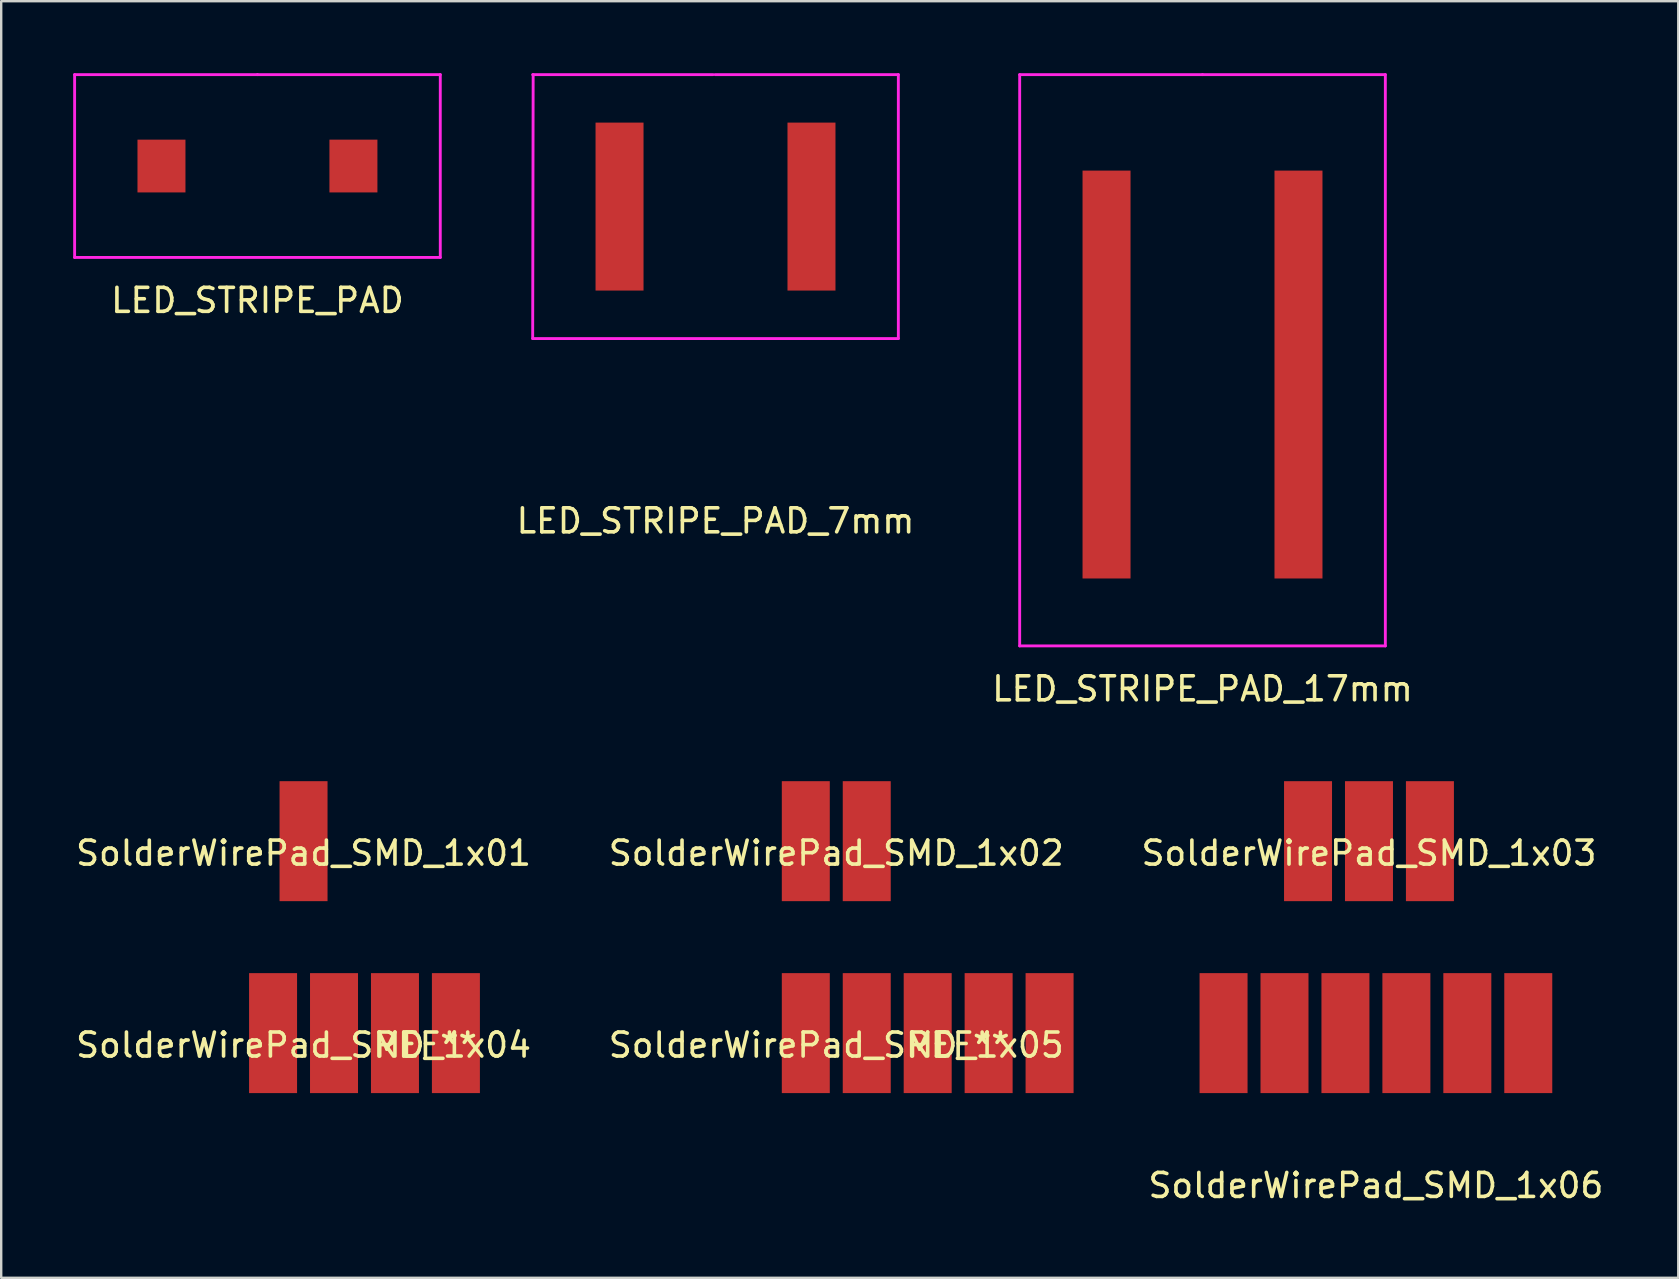
<source format=kicad_pcb>
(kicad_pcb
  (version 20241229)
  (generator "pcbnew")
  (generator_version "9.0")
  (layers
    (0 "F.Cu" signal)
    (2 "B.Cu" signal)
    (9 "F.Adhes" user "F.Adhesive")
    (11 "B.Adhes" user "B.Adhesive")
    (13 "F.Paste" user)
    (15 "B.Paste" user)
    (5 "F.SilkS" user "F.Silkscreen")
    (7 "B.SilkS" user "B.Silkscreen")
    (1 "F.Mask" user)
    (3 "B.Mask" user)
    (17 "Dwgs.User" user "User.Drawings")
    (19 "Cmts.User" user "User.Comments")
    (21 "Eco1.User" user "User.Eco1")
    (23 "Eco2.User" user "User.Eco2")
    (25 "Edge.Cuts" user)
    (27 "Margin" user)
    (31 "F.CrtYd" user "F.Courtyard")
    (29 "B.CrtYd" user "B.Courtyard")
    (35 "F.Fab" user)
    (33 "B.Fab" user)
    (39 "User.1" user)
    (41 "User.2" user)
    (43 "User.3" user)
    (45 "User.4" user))
  (footprint "LED_STRIPE_PAD_17mm"
    (layer "F.Cu")
    (at 47.068 20.06)
    (property "Reference" "LED_STRIPE_PAD_17mm" (at 0 5.6 0) (layer "F.SilkS") (effects (font (size 1 1) (thickness 0.15))))
    (attr smd)
    (fp_line (start -7.62 -20) (end -7.62 3.81) (stroke (width 0.12) (type solid)) (layer "F.CrtYd"))
    (fp_line (start -7.62 3.81) (end 7.62 3.81) (stroke (width 0.12) (type solid)) (layer "F.CrtYd"))
    (fp_line (start 0 -20) (end -7.62 -20) (stroke (width 0.12) (type solid)) (layer "F.CrtYd"))
    (fp_line (start 7.62 -20) (end 0 -20) (stroke (width 0.12) (type solid)) (layer "F.CrtYd"))
    (fp_line (start 7.62 3.81) (end 7.62 -20) (stroke (width 0.12) (type solid)) (layer "F.CrtYd"))
    (pad "1" smd rect (at -4 -7.5 180) (size 2 17) (layers "F.Cu" "F.Mask" "F.Paste"))
    (pad "2" smd rect (at 4 -7.5 180) (size 2 17) (layers "F.Cu" "F.Mask" "F.Paste")))
  (footprint "SolderWirePad_SMD_1x04"
    (layer "F.Cu")
    (at 12.141 40.008)
    (property "Reference" "SolderWirePad_SMD_1x04" (at -2.54 0.5 0) (layer "F.SilkS") (effects (font (size 1 1) (thickness 0.15))))
    (attr through_hole)
    (fp_text user "REF**" (at 2.54 0.5 0) (layer "F.SilkS") (effects (font (size 1 1) (thickness 0.15))))
    (pad "1" smd rect (at -3.81 0) (size 2 5) (layers "F.Cu" "F.Mask" "F.Paste"))
    (pad "2" smd rect (at -1.27 0) (size 2 5) (layers "F.Cu" "F.Mask" "F.Paste"))
    (pad "3" smd rect (at 1.27 0) (size 2 5) (layers "F.Cu" "F.Mask" "F.Paste"))
    (pad "4" smd rect (at 3.81 0) (size 2 5) (layers "F.Cu" "F.Mask" "F.Paste")))
  (footprint "SolderWirePad_SMD_1x01"
    (layer "F.Cu")
    (at 9.601 32.008)
    (property "Reference" "SolderWirePad_SMD_1x01" (at 0 0.5 0) (layer "F.SilkS") (effects (font (size 1 1) (thickness 0.15))))
    (attr through_hole)
    (pad "1" smd rect (at 0 0) (size 2 5) (layers "F.Cu" "F.Mask" "F.Paste")))
  (footprint "SolderWirePad_SMD_1x02"
    (layer "F.Cu")
    (at 31.804 32.008)
    (property "Reference" "SolderWirePad_SMD_1x02" (at 0 0.5 0) (layer "F.SilkS") (effects (font (size 1 1) (thickness 0.15))))
    (attr through_hole)
    (pad "1" smd rect (at -1.27 0) (size 2 5) (layers "F.Cu" "F.Mask" "F.Paste"))
    (pad "2" smd rect (at 1.27 0) (size 2 5) (layers "F.Cu" "F.Mask" "F.Paste")))
  (footprint "LED_STRIPE_PAD"
    (layer "F.Cu")
    (at 7.68 3.87)
    (property "Reference" "LED_STRIPE_PAD" (at 0 5.6 0) (layer "F.SilkS") (effects (font (size 1 1) (thickness 0.15))))
    (attr smd)
    (fp_line (start -7.62 -3.81) (end -7.62 3.81) (stroke (width 0.12) (type solid)) (layer "F.CrtYd"))
    (fp_line (start -7.62 3.81) (end 7.62 3.81) (stroke (width 0.12) (type solid)) (layer "F.CrtYd"))
    (fp_line (start 0 -3.81) (end -7.62 -3.81) (stroke (width 0.12) (type solid)) (layer "F.CrtYd"))
    (fp_line (start 7.62 -3.81) (end 0 -3.81) (stroke (width 0.12) (type solid)) (layer "F.CrtYd"))
    (fp_line (start 7.62 3.81) (end 7.62 -3.81) (stroke (width 0.12) (type solid)) (layer "F.CrtYd"))
    (pad "1" smd rect (at -4 0 180) (size 2 2.2) (layers "F.Cu" "F.Mask" "F.Paste"))
    (pad "2" smd rect (at 4 0 180) (size 2 2.2) (layers "F.Cu" "F.Mask" "F.Paste")))
  (footprint "SolderWirePad_SMD_1x06"
    (layer "F.Cu")
    (at 54.295 40.008)
    (property "Reference" "SolderWirePad_SMD_1x06" (at 0 6.35 0) (layer "F.SilkS") (effects (font (size 1 1) (thickness 0.15))))
    (attr through_hole)
    (pad "1" smd rect (at -6.35 0) (size 2 5) (layers "F.Cu" "F.Mask" "F.Paste"))
    (pad "2" smd rect (at -3.81 0) (size 2 5) (layers "F.Cu" "F.Mask" "F.Paste"))
    (pad "3" smd rect (at -1.27 0) (size 2 5) (layers "F.Cu" "F.Mask" "F.Paste"))
    (pad "4" smd rect (at 1.27 0) (size 2 5) (layers "F.Cu" "F.Mask" "F.Paste"))
    (pad "5" smd rect (at 3.81 0) (size 2 5) (layers "F.Cu" "F.Mask" "F.Paste"))
    (pad "6" smd rect (at 6.35 0) (size 2 5) (layers "F.Cu" "F.Mask" "F.Paste")))
  (footprint "LED_STRIPE_PAD_7mm"
    (layer "F.Cu")
    (at 26.771 13.06)
    (property "Reference" "LED_STRIPE_PAD_7mm" (at 0 5.6 0) (layer "F.SilkS") (effects (font (size 1 1) (thickness 0.15))))
    (attr smd)
    (fp_line (start -7.62 -2) (end 7.62 -2) (stroke (width 0.12) (type solid)) (layer "F.CrtYd"))
    (fp_line (start -7.6 -13) (end -7.62 -2) (stroke (width 0.12) (type solid)) (layer "F.CrtYd"))
    (fp_line (start -0.1 -13) (end -7.62 -13) (stroke (width 0.12) (type solid)) (layer "F.CrtYd"))
    (fp_line (start 7.62 -13) (end -0.02 -13) (stroke (width 0.12) (type solid)) (layer "F.CrtYd"))
    (fp_line (start 7.62 -2) (end 7.62 -13) (stroke (width 0.12) (type solid)) (layer "F.CrtYd"))
    (pad "1" smd rect (at -4 -7.5 180) (size 2 7) (layers "F.Cu" "F.Mask" "F.Paste"))
    (pad "2" smd rect (at 4 -7.5 180) (size 2 7) (layers "F.Cu" "F.Mask" "F.Paste")))
  (footprint "SolderWirePad_SMD_1x03"
    (layer "F.Cu")
    (at 54.006 32.008)
    (property "Reference" "SolderWirePad_SMD_1x03" (at 0 0.5 0) (layer "F.SilkS") (effects (font (size 1 1) (thickness 0.15))))
    (attr through_hole)
    (pad "1" smd rect (at -2.54 0) (size 2 5) (layers "F.Cu" "F.Mask" "F.Paste"))
    (pad "2" smd rect (at 0 0) (size 2 5) (layers "F.Cu" "F.Mask" "F.Paste"))
    (pad "3" smd rect (at 2.54 0) (size 2 5) (layers "F.Cu" "F.Mask" "F.Paste")))
  (footprint "SolderWirePad_SMD_1x05"
    (layer "F.Cu")
    (at 36.884 40.008)
    (property "Reference" "SolderWirePad_SMD_1x05" (at -5.08 0.5 0) (layer "F.SilkS") (effects (font (size 1 1) (thickness 0.15))))
    (attr through_hole)
    (fp_text user "REF**" (at 0 0.5 0) (layer "F.SilkS") (effects (font (size 1 1) (thickness 0.15))))
    (pad "1" smd rect (at -6.35 0) (size 2 5) (layers "F.Cu" "F.Mask" "F.Paste"))
    (pad "2" smd rect (at -3.81 0) (size 2 5) (layers "F.Cu" "F.Mask" "F.Paste"))
    (pad "3" smd rect (at -1.27 0) (size 2 5) (layers "F.Cu" "F.Mask" "F.Paste"))
    (pad "4" smd rect (at 1.27 0) (size 2 5) (layers "F.Cu" "F.Mask" "F.Paste"))
    (pad "5" smd rect (at 3.81 0) (size 2 5) (layers "F.Cu" "F.Mask" "F.Paste")))
  (gr_rect
    (start -3 -3)
    (end 66.896 50.206)
    (stroke (width 0.1) (type default))
    (fill no)
    (layer "Edge.Cuts")))
</source>
